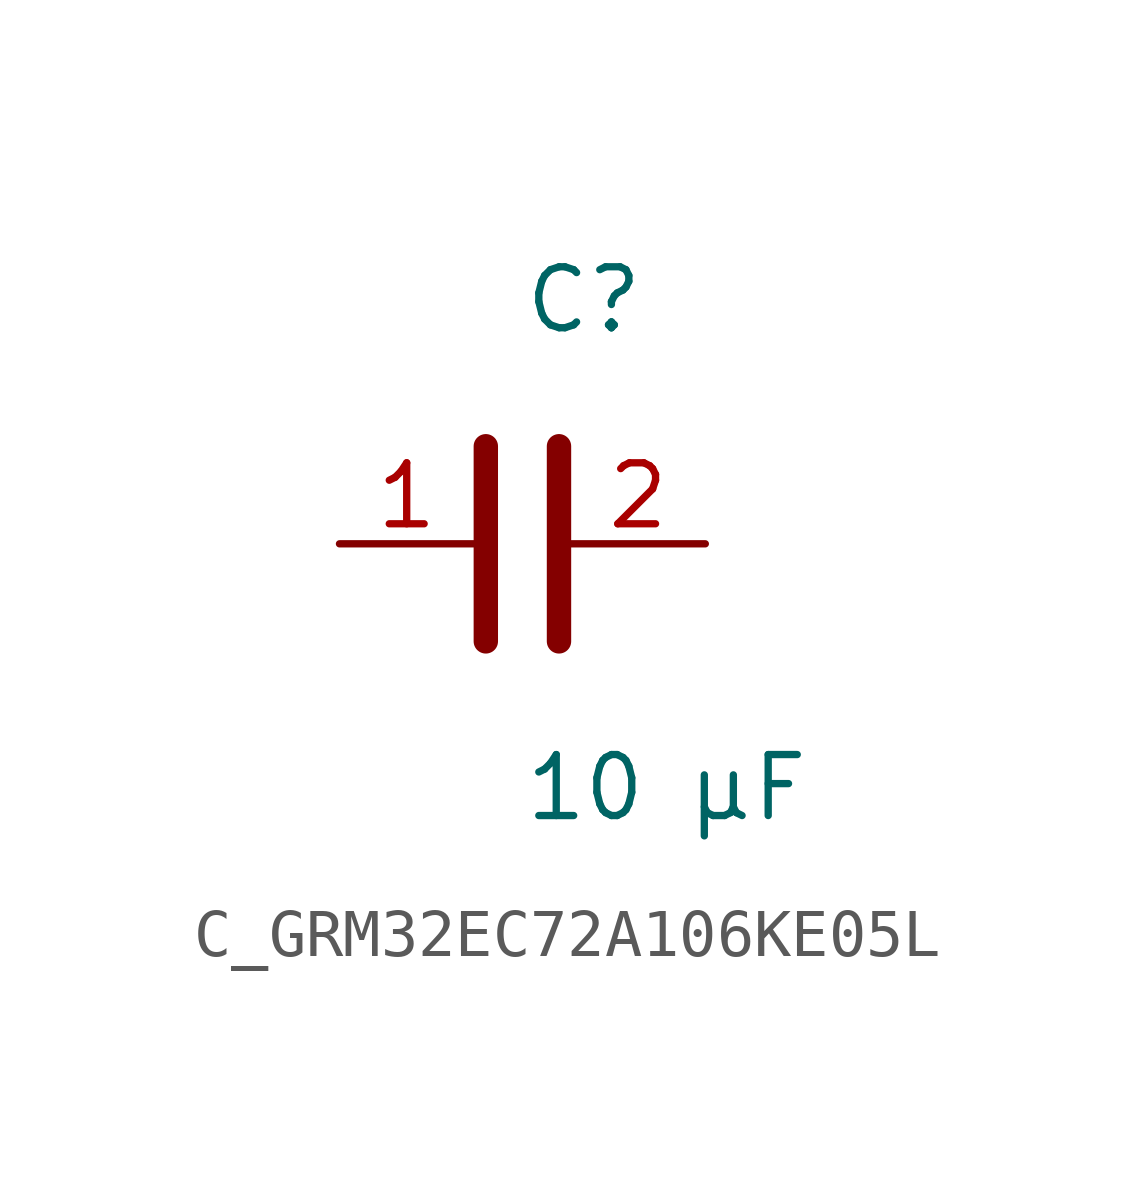
<source format=kicad_sym>
(kicad_symbol_lib
  (version 20231120)
  (generator kicad_symbol_editor)
  (generator_version 8.0)
  (symbol "C_GRM32EC72A106KE05L"
    (pin_names
      (offset 0.254))
    (property "Reference" "C"
      (at 0 5.08 0)
      (effects (font (size 1.27 1.27)) (justify left)))
    (property "Value" "10 µF"
      (at 0 -5.08 0)
      (effects (font (size 1.27 1.27)) (justify left)))
    (symbol "C_GRM32EC72A106KE05L_0_1"
      (polyline (pts (xy -0.762 -2.032) (xy -0.762 2.032)) (stroke (width 0.508) (type default)) (fill (type none)))
      (polyline (pts (xy 0.762 -2.032) (xy 0.762 2.032)) (stroke (width 0.508) (type default)) (fill (type none))))
    (pin unspecified line
      (at -3.81 0 0)
      (length 2.8)
      (name "" (effects (font (size 1.27 1.27))))
      (number "1" (effects (font (size 1.27 1.27)))))
    (pin unspecified line
      (at 3.81 0 180)
      (length 2.8)
      (name "" (effects (font (size 1.27 1.27))))
      (number "2" (effects (font (size 1.27 1.27)))))))
</source>
